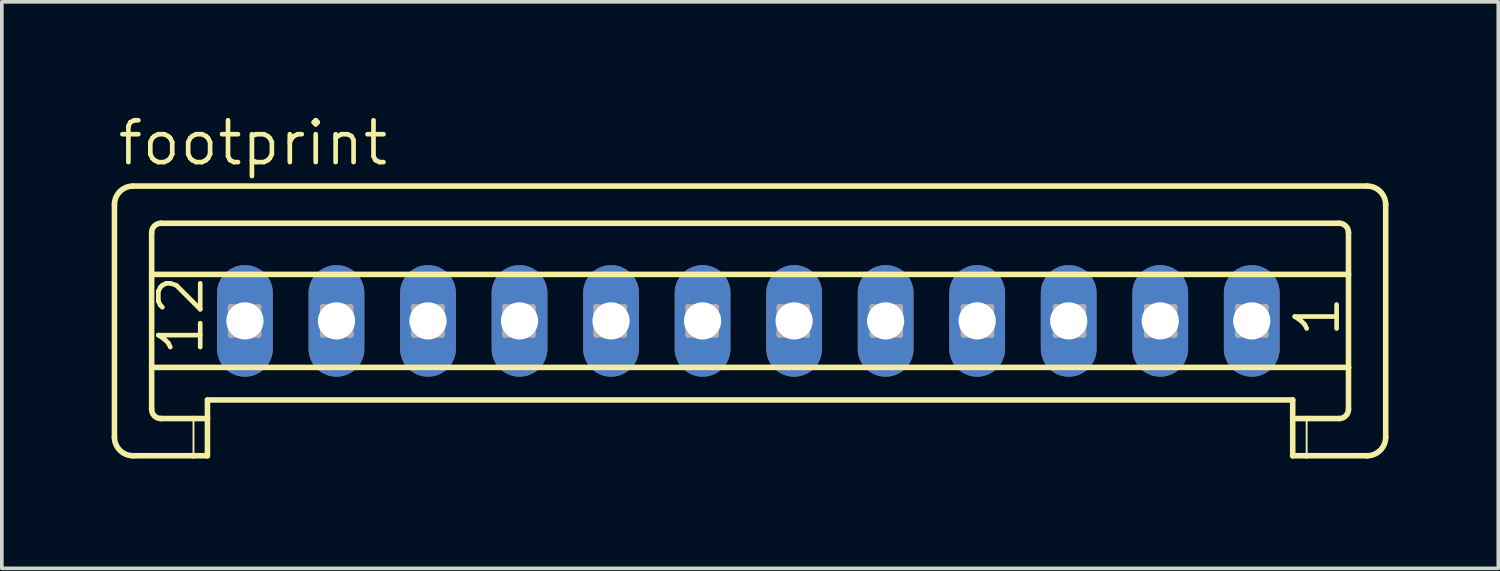
<source format=kicad_pcb>
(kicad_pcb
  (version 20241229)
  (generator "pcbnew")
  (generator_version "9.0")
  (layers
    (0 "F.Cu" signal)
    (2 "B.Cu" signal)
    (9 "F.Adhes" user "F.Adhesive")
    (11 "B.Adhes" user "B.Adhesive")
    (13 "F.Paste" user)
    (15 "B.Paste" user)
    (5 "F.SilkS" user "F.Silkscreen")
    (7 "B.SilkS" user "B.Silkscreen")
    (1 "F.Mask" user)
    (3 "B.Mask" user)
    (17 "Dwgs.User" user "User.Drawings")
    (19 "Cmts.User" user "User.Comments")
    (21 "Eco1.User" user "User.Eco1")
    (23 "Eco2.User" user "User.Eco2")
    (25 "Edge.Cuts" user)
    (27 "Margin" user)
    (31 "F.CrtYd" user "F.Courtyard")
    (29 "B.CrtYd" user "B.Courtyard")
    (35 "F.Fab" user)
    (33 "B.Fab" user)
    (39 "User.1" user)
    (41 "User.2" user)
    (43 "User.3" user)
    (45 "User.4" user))
  (footprint "footprint"
    (layer "F.Cu")
    (at 17.39 5.715)
    (property "Reference" "footprint" (at -17.289 -4.191 0) (layer "F.SilkS") (effects (font (size 1.143 1.143) (thickness 0.127)) (justify left bottom)))
    (fp_line (start -17.314 -3.175) (end -17.314 3.175) (stroke (width 0.152) (type solid)) (layer "F.SilkS"))
    (fp_line (start -16.806 -3.683) (end 16.9 -3.683) (stroke (width 0.152) (type solid)) (layer "F.SilkS"))
    (fp_line (start -16.298 -1.27) (end -16.298 -2.413) (stroke (width 0.152) (type solid)) (layer "F.SilkS"))
    (fp_line (start -16.298 -1.27) (end 16.392 -1.27) (stroke (width 0.152) (type solid)) (layer "F.SilkS"))
    (fp_line (start -16.298 1.27) (end -16.298 -1.27) (stroke (width 0.152) (type solid)) (layer "F.SilkS"))
    (fp_line (start -16.298 1.27) (end 16.392 1.27) (stroke (width 0.152) (type solid)) (layer "F.SilkS"))
    (fp_line (start -16.298 2.413) (end -16.298 1.27) (stroke (width 0.152) (type solid)) (layer "F.SilkS"))
    (fp_line (start -16.044 -2.667) (end 16.138 -2.667) (stroke (width 0.152) (type solid)) (layer "F.SilkS"))
    (fp_line (start -16.044 2.667) (end -15.155 2.667) (stroke (width 0.152) (type solid)) (layer "F.SilkS"))
    (fp_line (start -15.155 2.667) (end -15.155 3.683) (stroke (width 0.051) (type solid)) (layer "F.SilkS"))
    (fp_line (start -15.155 2.667) (end -14.774 2.667) (stroke (width 0.152) (type solid)) (layer "F.SilkS"))
    (fp_line (start -15.155 3.683) (end -16.806 3.683) (stroke (width 0.152) (type solid)) (layer "F.SilkS"))
    (fp_line (start -14.774 2.159) (end 14.868 2.159) (stroke (width 0.152) (type solid)) (layer "F.SilkS"))
    (fp_line (start -14.774 2.667) (end -14.774 2.159) (stroke (width 0.152) (type solid)) (layer "F.SilkS"))
    (fp_line (start -14.774 2.667) (end -14.774 3.683) (stroke (width 0.152) (type solid)) (layer "F.SilkS"))
    (fp_line (start -14.774 3.683) (end -15.155 3.683) (stroke (width 0.152) (type solid)) (layer "F.SilkS"))
    (fp_line (start 14.868 2.667) (end 14.868 2.159) (stroke (width 0.152) (type solid)) (layer "F.SilkS"))
    (fp_line (start 14.868 2.667) (end 15.249 2.667) (stroke (width 0.152) (type solid)) (layer "F.SilkS"))
    (fp_line (start 14.868 3.683) (end 14.868 2.667) (stroke (width 0.152) (type solid)) (layer "F.SilkS"))
    (fp_line (start 15.249 2.667) (end 15.249 3.683) (stroke (width 0.051) (type solid)) (layer "F.SilkS"))
    (fp_line (start 15.249 2.667) (end 16.138 2.667) (stroke (width 0.152) (type solid)) (layer "F.SilkS"))
    (fp_line (start 15.249 3.683) (end 14.868 3.683) (stroke (width 0.152) (type solid)) (layer "F.SilkS"))
    (fp_line (start 16.392 -1.27) (end 16.392 -2.413) (stroke (width 0.152) (type solid)) (layer "F.SilkS"))
    (fp_line (start 16.392 1.27) (end 16.392 -1.27) (stroke (width 0.152) (type solid)) (layer "F.SilkS"))
    (fp_line (start 16.392 2.413) (end 16.392 1.27) (stroke (width 0.152) (type solid)) (layer "F.SilkS"))
    (fp_line (start 16.9 3.683) (end 15.249 3.683) (stroke (width 0.152) (type solid)) (layer "F.SilkS"))
    (fp_line (start 17.408 -3.175) (end 17.408 3.175) (stroke (width 0.152) (type solid)) (layer "F.SilkS"))
    (fp_arc (start -17.314 -3.175) (mid -17.16521 -3.53421) (end -16.806 -3.683) (stroke (width 0.1524) (type solid)) (layer "F.SilkS"))
    (fp_arc (start -16.806 3.683) (mid -17.16521 3.53421) (end -17.314 3.175) (stroke (width 0.1524) (type solid)) (layer "F.SilkS"))
    (fp_arc (start -16.298 -2.413) (mid -16.223605 -2.592605) (end -16.044 -2.667) (stroke (width 0.1524) (type solid)) (layer "F.SilkS"))
    (fp_arc (start -16.044 2.667) (mid -16.223605 2.592605) (end -16.298 2.413) (stroke (width 0.1524) (type solid)) (layer "F.SilkS"))
    (fp_arc (start 16.138 -2.667) (mid 16.317605 -2.592605) (end 16.392 -2.413) (stroke (width 0.1524) (type solid)) (layer "F.SilkS"))
    (fp_arc (start 16.392 2.413) (mid 16.317605 2.592605) (end 16.138 2.667) (stroke (width 0.1524) (type solid)) (layer "F.SilkS"))
    (fp_arc (start 16.9 -3.683) (mid 17.25921 -3.53421) (end 17.408 -3.175) (stroke (width 0.1524) (type solid)) (layer "F.SilkS"))
    (fp_arc (start 17.408 3.175) (mid 17.25921 3.53421) (end 16.9 3.683) (stroke (width 0.1524) (type solid)) (layer "F.SilkS"))
    (fp_line (start -14.139 -0.381) (end -14.139 0.381) (stroke (width 0.152) (type solid)) (layer "F.Fab"))
    (fp_line (start -14.139 -0.381) (end -13.377 0.381) (stroke (width 0.152) (type solid)) (layer "F.Fab"))
    (fp_line (start -14.139 0.381) (end -13.377 0.381) (stroke (width 0.152) (type solid)) (layer "F.Fab"))
    (fp_line (start -13.377 -0.381) (end -14.139 -0.381) (stroke (width 0.152) (type solid)) (layer "F.Fab"))
    (fp_line (start -13.377 -0.381) (end -14.139 0.381) (stroke (width 0.152) (type solid)) (layer "F.Fab"))
    (fp_line (start -13.377 0.381) (end -13.377 -0.381) (stroke (width 0.152) (type solid)) (layer "F.Fab"))
    (fp_line (start -11.625 -0.381) (end -11.625 0.381) (stroke (width 0.152) (type solid)) (layer "F.Fab"))
    (fp_line (start -11.625 -0.381) (end -10.863 0.381) (stroke (width 0.152) (type solid)) (layer "F.Fab"))
    (fp_line (start -11.625 0.381) (end -10.863 0.381) (stroke (width 0.152) (type solid)) (layer "F.Fab"))
    (fp_line (start -10.863 -0.381) (end -11.625 -0.381) (stroke (width 0.152) (type solid)) (layer "F.Fab"))
    (fp_line (start -10.863 -0.381) (end -11.625 0.381) (stroke (width 0.152) (type solid)) (layer "F.Fab"))
    (fp_line (start -10.863 0.381) (end -10.863 -0.381) (stroke (width 0.152) (type solid)) (layer "F.Fab"))
    (fp_line (start -9.135 -0.381) (end -9.135 0.381) (stroke (width 0.152) (type solid)) (layer "F.Fab"))
    (fp_line (start -9.135 -0.381) (end -8.373 0.381) (stroke (width 0.152) (type solid)) (layer "F.Fab"))
    (fp_line (start -9.135 0.381) (end -8.373 0.381) (stroke (width 0.152) (type solid)) (layer "F.Fab"))
    (fp_line (start -8.373 -0.381) (end -9.135 -0.381) (stroke (width 0.152) (type solid)) (layer "F.Fab"))
    (fp_line (start -8.373 -0.381) (end -9.135 0.381) (stroke (width 0.152) (type solid)) (layer "F.Fab"))
    (fp_line (start -8.373 0.381) (end -8.373 -0.381) (stroke (width 0.152) (type solid)) (layer "F.Fab"))
    (fp_line (start -6.646 -0.381) (end -6.646 0.381) (stroke (width 0.152) (type solid)) (layer "F.Fab"))
    (fp_line (start -6.646 -0.381) (end -5.884 0.381) (stroke (width 0.152) (type solid)) (layer "F.Fab"))
    (fp_line (start -6.646 0.381) (end -5.884 0.381) (stroke (width 0.152) (type solid)) (layer "F.Fab"))
    (fp_line (start -5.884 -0.381) (end -6.646 -0.381) (stroke (width 0.152) (type solid)) (layer "F.Fab"))
    (fp_line (start -5.884 -0.381) (end -6.646 0.381) (stroke (width 0.152) (type solid)) (layer "F.Fab"))
    (fp_line (start -5.884 0.381) (end -5.884 -0.381) (stroke (width 0.152) (type solid)) (layer "F.Fab"))
    (fp_line (start -4.157 -0.381) (end -4.157 0.381) (stroke (width 0.152) (type solid)) (layer "F.Fab"))
    (fp_line (start -4.157 -0.381) (end -3.395 0.381) (stroke (width 0.152) (type solid)) (layer "F.Fab"))
    (fp_line (start -4.157 0.381) (end -3.395 0.381) (stroke (width 0.152) (type solid)) (layer "F.Fab"))
    (fp_line (start -3.395 -0.381) (end -4.157 -0.381) (stroke (width 0.152) (type solid)) (layer "F.Fab"))
    (fp_line (start -3.395 -0.381) (end -4.157 0.381) (stroke (width 0.152) (type solid)) (layer "F.Fab"))
    (fp_line (start -3.395 0.381) (end -3.395 -0.381) (stroke (width 0.152) (type solid)) (layer "F.Fab"))
    (fp_line (start -1.642 -0.381) (end -1.642 0.381) (stroke (width 0.152) (type solid)) (layer "F.Fab"))
    (fp_line (start -1.642 -0.381) (end -0.88 0.381) (stroke (width 0.152) (type solid)) (layer "F.Fab"))
    (fp_line (start -1.642 0.381) (end -0.88 0.381) (stroke (width 0.152) (type solid)) (layer "F.Fab"))
    (fp_line (start -0.88 -0.381) (end -1.642 -0.381) (stroke (width 0.152) (type solid)) (layer "F.Fab"))
    (fp_line (start -0.88 -0.381) (end -1.642 0.381) (stroke (width 0.152) (type solid)) (layer "F.Fab"))
    (fp_line (start -0.88 0.381) (end -0.88 -0.381) (stroke (width 0.152) (type solid)) (layer "F.Fab"))
    (fp_line (start 0.847 -0.381) (end 0.847 0.381) (stroke (width 0.152) (type solid)) (layer "F.Fab"))
    (fp_line (start 0.847 -0.381) (end 1.609 0.381) (stroke (width 0.152) (type solid)) (layer "F.Fab"))
    (fp_line (start 0.847 0.381) (end 1.609 0.381) (stroke (width 0.152) (type solid)) (layer "F.Fab"))
    (fp_line (start 1.609 -0.381) (end 0.847 -0.381) (stroke (width 0.152) (type solid)) (layer "F.Fab"))
    (fp_line (start 1.609 -0.381) (end 0.847 0.381) (stroke (width 0.152) (type solid)) (layer "F.Fab"))
    (fp_line (start 1.609 0.381) (end 1.609 -0.381) (stroke (width 0.152) (type solid)) (layer "F.Fab"))
    (fp_line (start 3.387 -0.381) (end 3.387 0.381) (stroke (width 0.152) (type solid)) (layer "F.Fab"))
    (fp_line (start 3.387 -0.381) (end 4.149 0.381) (stroke (width 0.152) (type solid)) (layer "F.Fab"))
    (fp_line (start 3.387 0.381) (end 4.149 0.381) (stroke (width 0.152) (type solid)) (layer "F.Fab"))
    (fp_line (start 4.149 -0.381) (end 3.387 -0.381) (stroke (width 0.152) (type solid)) (layer "F.Fab"))
    (fp_line (start 4.149 -0.381) (end 3.387 0.381) (stroke (width 0.152) (type solid)) (layer "F.Fab"))
    (fp_line (start 4.149 0.381) (end 4.149 -0.381) (stroke (width 0.152) (type solid)) (layer "F.Fab"))
    (fp_line (start 5.876 -0.381) (end 5.876 0.381) (stroke (width 0.152) (type solid)) (layer "F.Fab"))
    (fp_line (start 5.876 -0.381) (end 6.638 0.381) (stroke (width 0.152) (type solid)) (layer "F.Fab"))
    (fp_line (start 5.876 0.381) (end 6.638 0.381) (stroke (width 0.152) (type solid)) (layer "F.Fab"))
    (fp_line (start 6.638 -0.381) (end 5.876 -0.381) (stroke (width 0.152) (type solid)) (layer "F.Fab"))
    (fp_line (start 6.638 -0.381) (end 5.876 0.381) (stroke (width 0.152) (type solid)) (layer "F.Fab"))
    (fp_line (start 6.638 0.381) (end 6.638 -0.381) (stroke (width 0.152) (type solid)) (layer "F.Fab"))
    (fp_line (start 8.391 -0.381) (end 8.391 0.381) (stroke (width 0.152) (type solid)) (layer "F.Fab"))
    (fp_line (start 8.391 -0.381) (end 9.153 0.381) (stroke (width 0.152) (type solid)) (layer "F.Fab"))
    (fp_line (start 8.391 0.381) (end 9.153 0.381) (stroke (width 0.152) (type solid)) (layer "F.Fab"))
    (fp_line (start 9.153 -0.381) (end 8.391 -0.381) (stroke (width 0.152) (type solid)) (layer "F.Fab"))
    (fp_line (start 9.153 -0.381) (end 8.391 0.381) (stroke (width 0.152) (type solid)) (layer "F.Fab"))
    (fp_line (start 9.153 0.381) (end 9.153 -0.381) (stroke (width 0.152) (type solid)) (layer "F.Fab"))
    (fp_line (start 10.88 -0.381) (end 10.88 0.381) (stroke (width 0.152) (type solid)) (layer "F.Fab"))
    (fp_line (start 10.88 -0.381) (end 11.642 0.381) (stroke (width 0.152) (type solid)) (layer "F.Fab"))
    (fp_line (start 10.88 0.381) (end 11.642 0.381) (stroke (width 0.152) (type solid)) (layer "F.Fab"))
    (fp_line (start 11.642 -0.381) (end 10.88 -0.381) (stroke (width 0.152) (type solid)) (layer "F.Fab"))
    (fp_line (start 11.642 -0.381) (end 10.88 0.381) (stroke (width 0.152) (type solid)) (layer "F.Fab"))
    (fp_line (start 11.642 0.381) (end 11.642 -0.381) (stroke (width 0.152) (type solid)) (layer "F.Fab"))
    (fp_line (start 13.369 -0.381) (end 13.369 0.381) (stroke (width 0.152) (type solid)) (layer "F.Fab"))
    (fp_line (start 13.369 -0.381) (end 14.131 0.381) (stroke (width 0.152) (type solid)) (layer "F.Fab"))
    (fp_line (start 13.369 0.381) (end 14.131 0.381) (stroke (width 0.152) (type solid)) (layer "F.Fab"))
    (fp_line (start 14.131 -0.381) (end 13.369 -0.381) (stroke (width 0.152) (type solid)) (layer "F.Fab"))
    (fp_line (start 14.131 -0.381) (end 13.369 0.381) (stroke (width 0.152) (type solid)) (layer "F.Fab"))
    (fp_line (start 14.131 0.381) (end 14.131 -0.381) (stroke (width 0.152) (type solid)) (layer "F.Fab"))
    (fp_text user "12" (at -14.825 1.016 90) (layer "F.SilkS") (effects (font (size 1.143 1.143) (thickness 0.127)) (justify left bottom)))
    (fp_text user "1" (at 16.214 0.508 90) (layer "F.SilkS") (effects (font (size 1.143 1.143) (thickness 0.127)) (justify left bottom)))
    (pad "1" thru_hole oval (at 13.75 0 90) (size 3.048 1.524) (drill 1.016) (layers "*.Cu" "*.Mask"))
    (pad "2" thru_hole oval (at 11.25 0 90) (size 3.048 1.524) (drill 1.016) (layers "*.Cu" "*.Mask"))
    (pad "3" thru_hole oval (at 8.75 0 90) (size 3.048 1.524) (drill 1.016) (layers "*.Cu" "*.Mask"))
    (pad "4" thru_hole oval (at 6.25 0 90) (size 3.048 1.524) (drill 1.016) (layers "*.Cu" "*.Mask"))
    (pad "5" thru_hole oval (at 3.75 0 90) (size 3.048 1.524) (drill 1.016) (layers "*.Cu" "*.Mask"))
    (pad "6" thru_hole oval (at 1.25 0 90) (size 3.048 1.524) (drill 1.016) (layers "*.Cu" "*.Mask"))
    (pad "7" thru_hole oval (at -1.25 0 90) (size 3.048 1.524) (drill 1.016) (layers "*.Cu" "*.Mask"))
    (pad "8" thru_hole oval (at -3.75 0 90) (size 3.048 1.524) (drill 1.016) (layers "*.Cu" "*.Mask"))
    (pad "9" thru_hole oval (at -6.25 0 90) (size 3.048 1.524) (drill 1.016) (layers "*.Cu" "*.Mask"))
    (pad "10" thru_hole oval (at -8.75 0 90) (size 3.048 1.524) (drill 1.016) (layers "*.Cu" "*.Mask"))
    (pad "11" thru_hole oval (at -11.25 0 90) (size 3.048 1.524) (drill 1.016) (layers "*.Cu" "*.Mask"))
    (pad "12" thru_hole oval (at -13.75 0 90) (size 3.048 1.524) (drill 1.016) (layers "*.Cu" "*.Mask")))
  (gr_rect
    (start -3 -3)
    (end 37.874 12.474)
    (stroke (width 0.1) (type default))
    (fill no)
    (layer "Edge.Cuts")))
</source>
